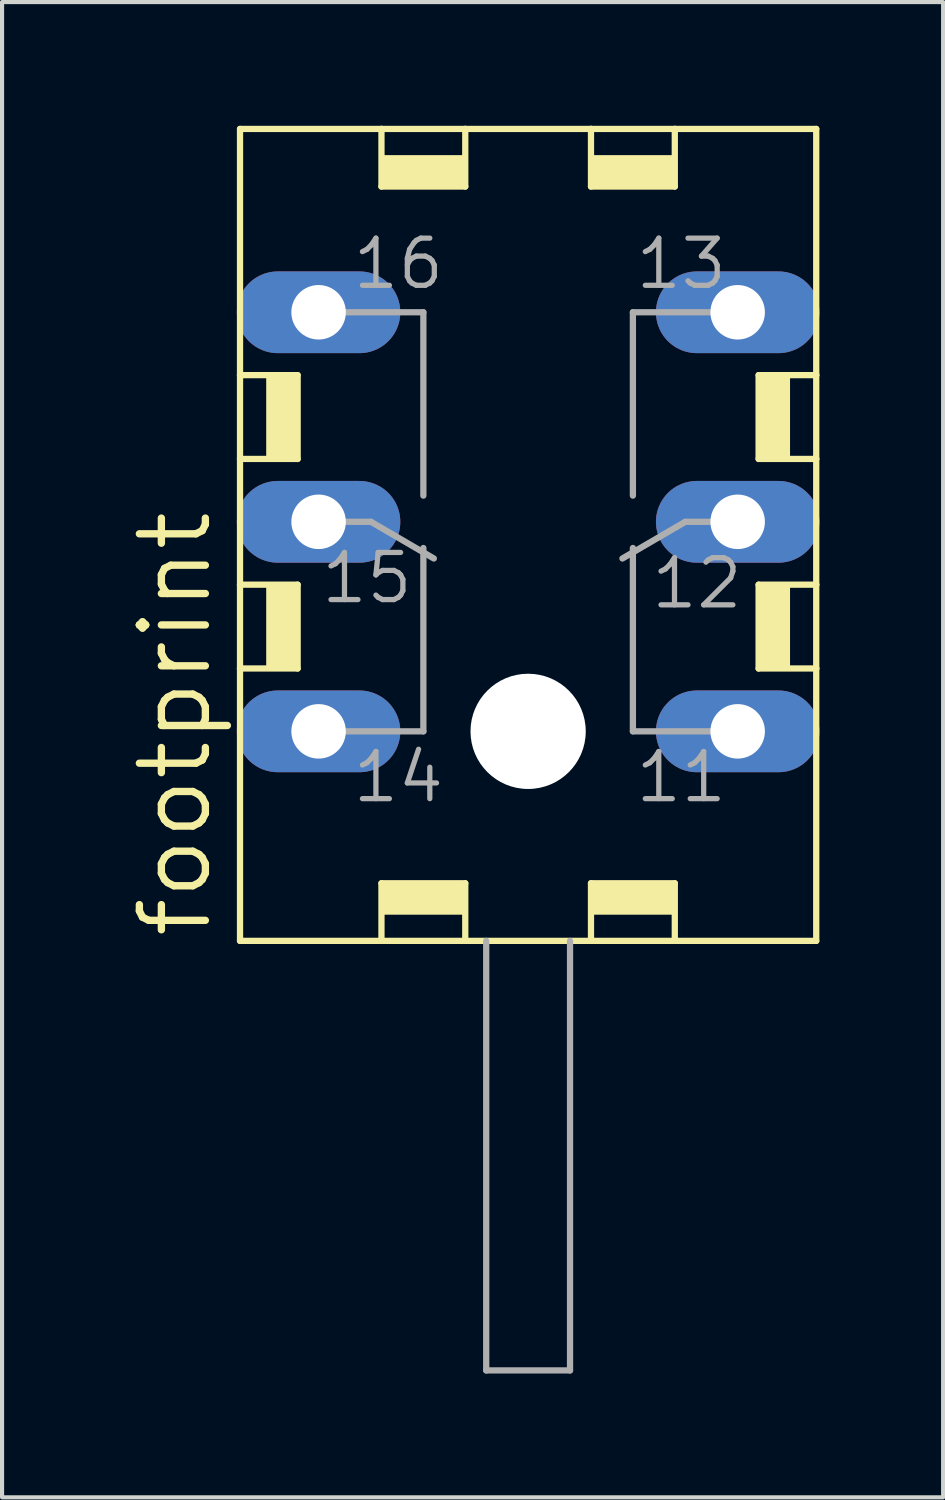
<source format=kicad_pcb>
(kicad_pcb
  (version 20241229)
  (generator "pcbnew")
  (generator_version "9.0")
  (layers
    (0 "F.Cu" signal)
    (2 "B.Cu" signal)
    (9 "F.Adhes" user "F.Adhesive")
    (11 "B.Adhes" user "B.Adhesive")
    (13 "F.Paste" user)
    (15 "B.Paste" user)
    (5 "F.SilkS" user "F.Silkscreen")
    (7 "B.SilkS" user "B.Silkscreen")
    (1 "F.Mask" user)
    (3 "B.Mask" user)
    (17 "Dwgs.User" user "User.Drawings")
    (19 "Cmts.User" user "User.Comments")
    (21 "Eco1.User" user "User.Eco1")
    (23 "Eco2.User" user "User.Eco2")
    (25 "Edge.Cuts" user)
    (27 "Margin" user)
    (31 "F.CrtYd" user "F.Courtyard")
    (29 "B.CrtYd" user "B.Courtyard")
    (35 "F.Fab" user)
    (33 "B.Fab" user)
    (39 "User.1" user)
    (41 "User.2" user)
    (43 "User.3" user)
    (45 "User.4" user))
  (footprint "footprint"
    (layer "F.Cu")
    (at 9.754 9.601)
    (property "Reference" "footprint" (at -7.62 10.16 90) (layer "F.SilkS") (effects (font (size 1.6 1.6) (thickness 0.178)) (justify left bottom)))
    (fp_line (start -6.985 -3.556) (end -6.985 -9.525) (stroke (width 0.152) (type solid)) (layer "F.SilkS"))
    (fp_line (start -6.985 -3.556) (end -5.588 -3.556) (stroke (width 0.152) (type solid)) (layer "F.SilkS"))
    (fp_line (start -6.985 -1.524) (end -6.985 -3.556) (stroke (width 0.152) (type solid)) (layer "F.SilkS"))
    (fp_line (start -6.985 1.524) (end -6.985 -1.524) (stroke (width 0.152) (type solid)) (layer "F.SilkS"))
    (fp_line (start -6.985 1.524) (end -5.588 1.524) (stroke (width 0.152) (type solid)) (layer "F.SilkS"))
    (fp_line (start -6.985 3.556) (end -6.985 1.524) (stroke (width 0.152) (type solid)) (layer "F.SilkS"))
    (fp_line (start -6.985 10.16) (end -6.985 3.556) (stroke (width 0.152) (type solid)) (layer "F.SilkS"))
    (fp_line (start -6.985 10.16) (end -3.556 10.16) (stroke (width 0.152) (type solid)) (layer "F.SilkS"))
    (fp_line (start -5.588 -1.524) (end -6.985 -1.524) (stroke (width 0.152) (type solid)) (layer "F.SilkS"))
    (fp_line (start -5.588 -1.524) (end -5.588 -3.556) (stroke (width 0.152) (type solid)) (layer "F.SilkS"))
    (fp_line (start -5.588 3.556) (end -6.985 3.556) (stroke (width 0.152) (type solid)) (layer "F.SilkS"))
    (fp_line (start -5.588 3.556) (end -5.588 1.524) (stroke (width 0.152) (type solid)) (layer "F.SilkS"))
    (fp_line (start -3.556 -9.525) (end -6.985 -9.525) (stroke (width 0.152) (type solid)) (layer "F.SilkS"))
    (fp_line (start -3.556 -8.128) (end -3.556 -9.525) (stroke (width 0.152) (type solid)) (layer "F.SilkS"))
    (fp_line (start -3.556 -8.128) (end -1.524 -8.128) (stroke (width 0.152) (type solid)) (layer "F.SilkS"))
    (fp_line (start -3.556 10.16) (end -3.556 8.763) (stroke (width 0.152) (type solid)) (layer "F.SilkS"))
    (fp_line (start -3.556 10.16) (end -1.524 10.16) (stroke (width 0.152) (type solid)) (layer "F.SilkS"))
    (fp_line (start -1.524 -9.525) (end -3.556 -9.525) (stroke (width 0.152) (type solid)) (layer "F.SilkS"))
    (fp_line (start -1.524 -9.525) (end -1.524 -8.128) (stroke (width 0.152) (type solid)) (layer "F.SilkS"))
    (fp_line (start -1.524 8.763) (end -3.556 8.763) (stroke (width 0.152) (type solid)) (layer "F.SilkS"))
    (fp_line (start -1.524 8.763) (end -1.524 10.16) (stroke (width 0.152) (type solid)) (layer "F.SilkS"))
    (fp_line (start -1.524 10.16) (end 1.524 10.16) (stroke (width 0.152) (type solid)) (layer "F.SilkS"))
    (fp_line (start 1.524 -9.525) (end -1.524 -9.525) (stroke (width 0.152) (type solid)) (layer "F.SilkS"))
    (fp_line (start 1.524 -8.128) (end 1.524 -9.525) (stroke (width 0.152) (type solid)) (layer "F.SilkS"))
    (fp_line (start 1.524 -8.128) (end 3.556 -8.128) (stroke (width 0.152) (type solid)) (layer "F.SilkS"))
    (fp_line (start 1.524 10.16) (end 1.524 8.763) (stroke (width 0.152) (type solid)) (layer "F.SilkS"))
    (fp_line (start 1.524 10.16) (end 3.556 10.16) (stroke (width 0.152) (type solid)) (layer "F.SilkS"))
    (fp_line (start 3.556 -9.525) (end 1.524 -9.525) (stroke (width 0.152) (type solid)) (layer "F.SilkS"))
    (fp_line (start 3.556 -9.525) (end 3.556 -8.128) (stroke (width 0.152) (type solid)) (layer "F.SilkS"))
    (fp_line (start 3.556 8.763) (end 1.524 8.763) (stroke (width 0.152) (type solid)) (layer "F.SilkS"))
    (fp_line (start 3.556 8.763) (end 3.556 10.16) (stroke (width 0.152) (type solid)) (layer "F.SilkS"))
    (fp_line (start 3.556 10.16) (end 6.985 10.16) (stroke (width 0.152) (type solid)) (layer "F.SilkS"))
    (fp_line (start 5.588 -3.556) (end 5.588 -1.524) (stroke (width 0.152) (type solid)) (layer "F.SilkS"))
    (fp_line (start 5.588 -3.556) (end 6.985 -3.556) (stroke (width 0.152) (type solid)) (layer "F.SilkS"))
    (fp_line (start 5.588 1.524) (end 5.588 3.556) (stroke (width 0.152) (type solid)) (layer "F.SilkS"))
    (fp_line (start 5.588 1.524) (end 6.985 1.524) (stroke (width 0.152) (type solid)) (layer "F.SilkS"))
    (fp_line (start 6.985 -9.525) (end 3.556 -9.525) (stroke (width 0.152) (type solid)) (layer "F.SilkS"))
    (fp_line (start 6.985 -3.556) (end 6.985 -9.525) (stroke (width 0.152) (type solid)) (layer "F.SilkS"))
    (fp_line (start 6.985 -1.524) (end 5.588 -1.524) (stroke (width 0.152) (type solid)) (layer "F.SilkS"))
    (fp_line (start 6.985 -1.524) (end 6.985 -3.556) (stroke (width 0.152) (type solid)) (layer "F.SilkS"))
    (fp_line (start 6.985 1.524) (end 6.985 -1.524) (stroke (width 0.152) (type solid)) (layer "F.SilkS"))
    (fp_line (start 6.985 3.556) (end 5.588 3.556) (stroke (width 0.152) (type solid)) (layer "F.SilkS"))
    (fp_line (start 6.985 3.556) (end 6.985 1.524) (stroke (width 0.152) (type solid)) (layer "F.SilkS"))
    (fp_line (start 6.985 10.16) (end 6.985 3.556) (stroke (width 0.152) (type solid)) (layer "F.SilkS"))
    (fp_poly (pts (xy -6.35 -1.524) (xy -5.588 -1.524) (xy -5.588 -3.556) (xy -6.35 -3.556)) (stroke (width 0) (type solid)) (fill yes) (layer "F.SilkS"))
    (fp_poly (pts (xy -6.35 3.556) (xy -5.588 3.556) (xy -5.588 1.524) (xy -6.35 1.524)) (stroke (width 0) (type solid)) (fill yes) (layer "F.SilkS"))
    (fp_poly (pts (xy -3.556 -8.128) (xy -1.524 -8.128) (xy -1.524 -8.89) (xy -3.556 -8.89)) (stroke (width 0) (type solid)) (fill yes) (layer "F.SilkS"))
    (fp_poly (pts (xy -3.556 9.525) (xy -1.524 9.525) (xy -1.524 8.763) (xy -3.556 8.763)) (stroke (width 0) (type solid)) (fill yes) (layer "F.SilkS"))
    (fp_poly (pts (xy 1.524 -8.128) (xy 3.556 -8.128) (xy 3.556 -8.89) (xy 1.524 -8.89)) (stroke (width 0) (type solid)) (fill yes) (layer "F.SilkS"))
    (fp_poly (pts (xy 1.524 9.525) (xy 3.556 9.525) (xy 3.556 8.763) (xy 1.524 8.763)) (stroke (width 0) (type solid)) (fill yes) (layer "F.SilkS"))
    (fp_poly (pts (xy 5.588 -1.524) (xy 6.35 -1.524) (xy 6.35 -3.556) (xy 5.588 -3.556)) (stroke (width 0) (type solid)) (fill yes) (layer "F.SilkS"))
    (fp_poly (pts (xy 5.588 3.556) (xy 6.35 3.556) (xy 6.35 1.524) (xy 5.588 1.524)) (stroke (width 0) (type solid)) (fill yes) (layer "F.SilkS"))
    (fp_line (start -4.445 0) (end -3.81 0) (stroke (width 0.152) (type solid)) (layer "F.Fab"))
    (fp_line (start -4.445 5.08) (end -2.54 5.08) (stroke (width 0.152) (type solid)) (layer "F.Fab"))
    (fp_line (start -3.81 0) (end -2.286 0.889) (stroke (width 0.152) (type solid)) (layer "F.Fab"))
    (fp_line (start -2.54 -5.08) (end -4.445 -5.08) (stroke (width 0.152) (type solid)) (layer "F.Fab"))
    (fp_line (start -2.54 -0.635) (end -2.54 -5.08) (stroke (width 0.152) (type solid)) (layer "F.Fab"))
    (fp_line (start -2.54 5.08) (end -2.54 0.635) (stroke (width 0.152) (type solid)) (layer "F.Fab"))
    (fp_line (start -1.016 10.16) (end -1.016 20.574) (stroke (width 0.152) (type solid)) (layer "F.Fab"))
    (fp_line (start 1.016 20.574) (end -1.016 20.574) (stroke (width 0.152) (type solid)) (layer "F.Fab"))
    (fp_line (start 1.016 20.574) (end 1.016 10.16) (stroke (width 0.152) (type solid)) (layer "F.Fab"))
    (fp_line (start 2.54 -5.08) (end 4.445 -5.08) (stroke (width 0.152) (type solid)) (layer "F.Fab"))
    (fp_line (start 2.54 -0.635) (end 2.54 -5.08) (stroke (width 0.152) (type solid)) (layer "F.Fab"))
    (fp_line (start 2.54 5.08) (end 2.54 0.635) (stroke (width 0.152) (type solid)) (layer "F.Fab"))
    (fp_line (start 3.81 0) (end 2.286 0.889) (stroke (width 0.152) (type solid)) (layer "F.Fab"))
    (fp_line (start 4.445 0) (end 3.81 0) (stroke (width 0.152) (type solid)) (layer "F.Fab"))
    (fp_line (start 4.445 5.08) (end 2.54 5.08) (stroke (width 0.152) (type solid)) (layer "F.Fab"))
    (fp_text user "15" (at -5.08 2.032 0) (layer "F.Fab") (effects (font (size 1.143 1.143) (thickness 0.127)) (justify left bottom)))
    (fp_text user "11" (at 2.54 6.858 0) (layer "F.Fab") (effects (font (size 1.143 1.143) (thickness 0.127)) (justify left bottom)))
    (fp_text user "12" (at 2.921 2.159 0) (layer "F.Fab") (effects (font (size 1.143 1.143) (thickness 0.127)) (justify left bottom)))
    (fp_text user "13" (at 2.54 -5.588 0) (layer "F.Fab") (effects (font (size 1.143 1.143) (thickness 0.127)) (justify left bottom)))
    (fp_text user "16" (at -4.318 -5.588 0) (layer "F.Fab") (effects (font (size 1.143 1.143) (thickness 0.127)) (justify left bottom)))
    (fp_text user "14" (at -4.318 6.858 0) (layer "F.Fab") (effects (font (size 1.143 1.143) (thickness 0.127)) (justify left bottom)))
    (pad "" np_thru_hole circle (at 0 5.08) (size 2.794 2.794) (drill 2.794) (layers "*.Cu" "*.Mask"))
    (pad "11" thru_hole oval (at 5.08 5.08) (size 3.962 1.981) (drill 1.321) (layers "*.Cu" "*.Mask"))
    (pad "12" thru_hole oval (at 5.08 0) (size 3.962 1.981) (drill 1.321) (layers "*.Cu" "*.Mask"))
    (pad "13" thru_hole oval (at 5.08 -5.08) (size 3.962 1.981) (drill 1.321) (layers "*.Cu" "*.Mask"))
    (pad "14" thru_hole oval (at -5.08 5.08) (size 3.962 1.981) (drill 1.321) (layers "*.Cu" "*.Mask"))
    (pad "15" thru_hole oval (at -5.08 0) (size 3.962 1.981) (drill 1.321) (layers "*.Cu" "*.Mask"))
    (pad "16" thru_hole oval (at -5.08 -5.08) (size 3.962 1.981) (drill 1.321) (layers "*.Cu" "*.Mask")))
  (gr_rect
    (start -3 -3)
    (end 19.815 33.251)
    (stroke (width 0.1) (type default))
    (fill no)
    (layer "Edge.Cuts")))
</source>
